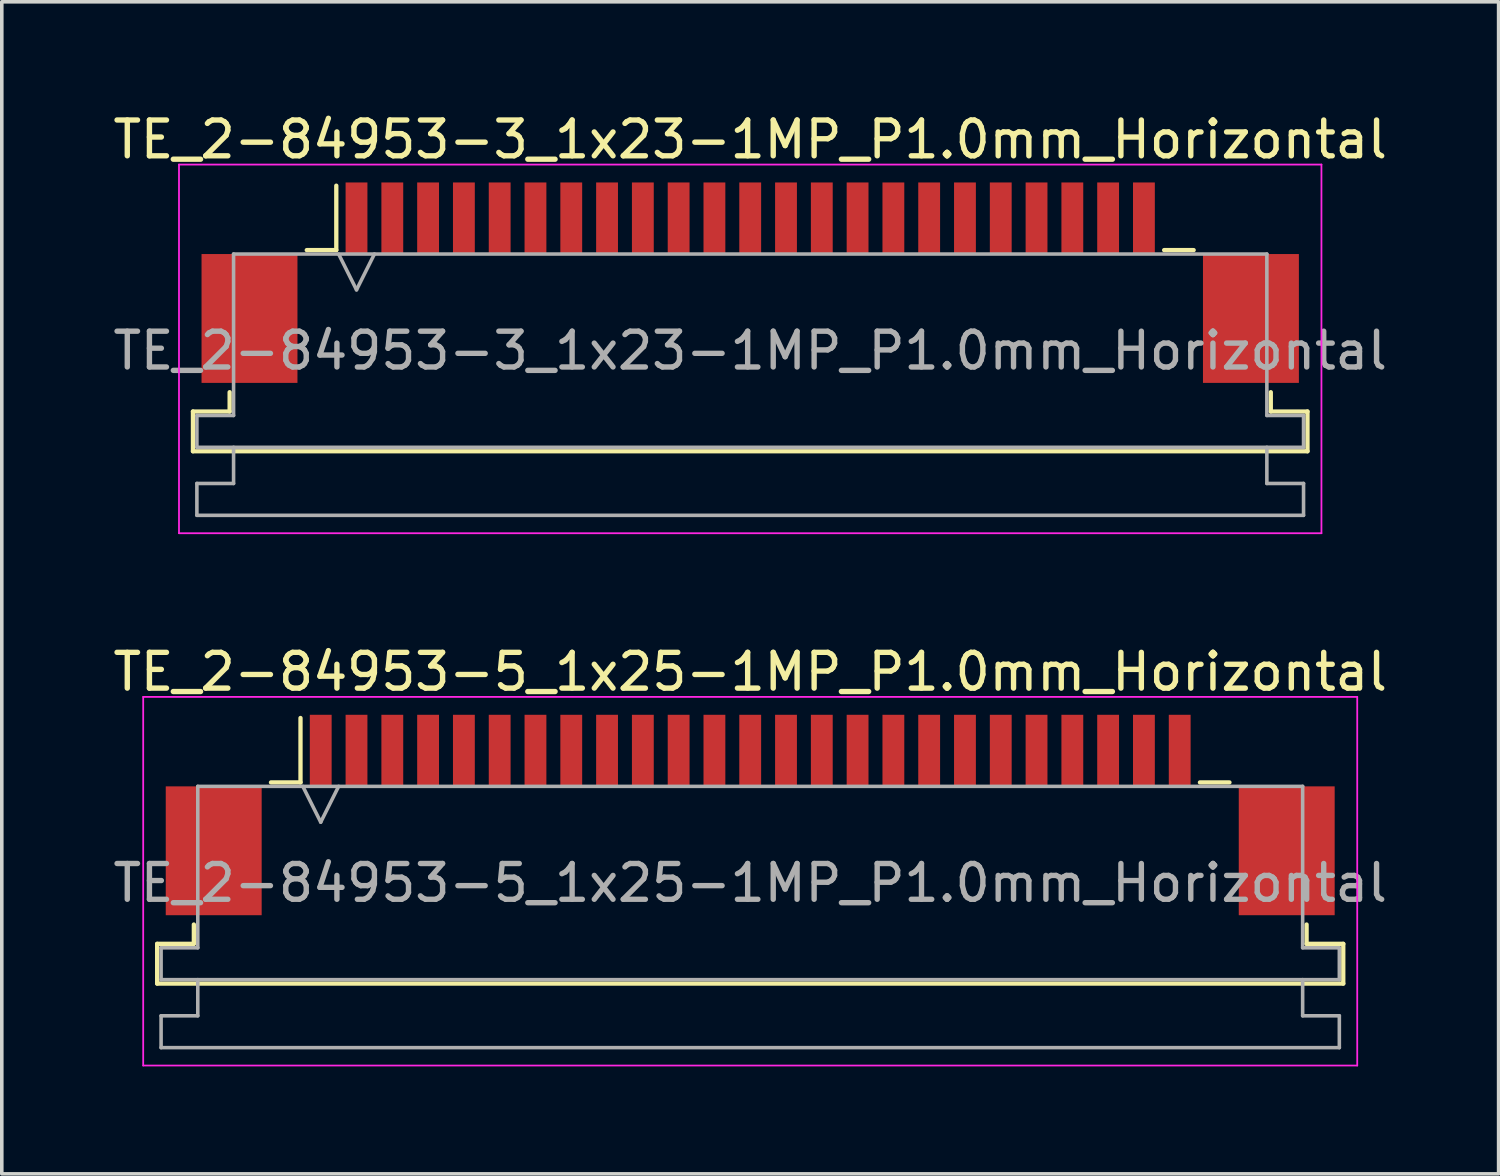
<source format=kicad_pcb>
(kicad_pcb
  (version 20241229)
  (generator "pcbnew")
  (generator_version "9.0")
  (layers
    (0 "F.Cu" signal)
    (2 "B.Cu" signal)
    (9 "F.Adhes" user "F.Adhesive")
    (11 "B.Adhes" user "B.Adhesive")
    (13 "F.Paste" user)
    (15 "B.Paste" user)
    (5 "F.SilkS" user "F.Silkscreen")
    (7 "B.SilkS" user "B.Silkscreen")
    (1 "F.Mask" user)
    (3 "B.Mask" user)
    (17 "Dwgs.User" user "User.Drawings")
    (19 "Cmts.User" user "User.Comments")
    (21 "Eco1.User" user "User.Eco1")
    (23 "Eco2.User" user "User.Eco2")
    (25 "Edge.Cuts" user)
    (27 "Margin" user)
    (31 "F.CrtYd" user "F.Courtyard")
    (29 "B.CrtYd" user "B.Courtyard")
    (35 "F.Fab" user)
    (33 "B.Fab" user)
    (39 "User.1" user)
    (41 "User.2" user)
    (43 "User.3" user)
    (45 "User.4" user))
  (footprint "TE_2-84953-5_1x25-1MP_P1.0mm_Horizontal"
    (layer "F.Cu")
    (at 17.911 19.721)
    (property "Reference" "TE_2-84953-5_1x25-1MP_P1.0mm_Horizontal" (at 0 -4 0) (layer "F.SilkS") (effects (font (size 1 1) (thickness 0.15))))
    (attr smd)
    (fp_line (start -16.57 3.6) (end -15.545 3.6) (stroke (width 0.12) (type solid)) (layer "F.SilkS"))
    (fp_line (start -16.57 4.71) (end -16.57 3.6) (stroke (width 0.12) (type solid)) (layer "F.SilkS"))
    (fp_line (start -15.545 3.6) (end -15.545 3.06) (stroke (width 0.12) (type solid)) (layer "F.SilkS"))
    (fp_line (start -13.39 -0.91) (end -12.565 -0.91) (stroke (width 0.12) (type solid)) (layer "F.SilkS"))
    (fp_line (start -12.565 -0.91) (end -12.565 -2.71) (stroke (width 0.12) (type solid)) (layer "F.SilkS"))
    (fp_line (start 12.565 -0.91) (end 13.39 -0.91) (stroke (width 0.12) (type solid)) (layer "F.SilkS"))
    (fp_line (start 15.545 3.06) (end 15.545 3.6) (stroke (width 0.12) (type solid)) (layer "F.SilkS"))
    (fp_line (start 15.545 3.6) (end 16.57 3.6) (stroke (width 0.12) (type solid)) (layer "F.SilkS"))
    (fp_line (start 16.57 3.6) (end 16.57 4.71) (stroke (width 0.12) (type solid)) (layer "F.SilkS"))
    (fp_line (start 16.57 4.71) (end -16.57 4.71) (stroke (width 0.12) (type solid)) (layer "F.SilkS"))
    (fp_line (start -16.96 -3.3) (end -16.96 7) (stroke (width 0.05) (type solid)) (layer "F.CrtYd"))
    (fp_line (start -16.96 7) (end 16.96 7) (stroke (width 0.05) (type solid)) (layer "F.CrtYd"))
    (fp_line (start 16.96 -3.3) (end -16.96 -3.3) (stroke (width 0.05) (type solid)) (layer "F.CrtYd"))
    (fp_line (start 16.96 7) (end 16.96 -3.3) (stroke (width 0.05) (type solid)) (layer "F.CrtYd"))
    (fp_line (start -16.46 3.71) (end -15.435 3.71) (stroke (width 0.1) (type solid)) (layer "F.Fab"))
    (fp_line (start -16.46 4.6) (end -16.46 3.71) (stroke (width 0.1) (type solid)) (layer "F.Fab"))
    (fp_line (start -16.46 5.61) (end -15.435 5.61) (stroke (width 0.1) (type solid)) (layer "F.Fab"))
    (fp_line (start -16.46 6.5) (end -16.46 5.61) (stroke (width 0.1) (type solid)) (layer "F.Fab"))
    (fp_line (start -15.435 -0.8) (end 15.435 -0.8) (stroke (width 0.1) (type solid)) (layer "F.Fab"))
    (fp_line (start -15.435 3.71) (end -15.435 -0.8) (stroke (width 0.1) (type solid)) (layer "F.Fab"))
    (fp_line (start -15.435 5.61) (end -15.435 4.6) (stroke (width 0.1) (type solid)) (layer "F.Fab"))
    (fp_line (start -12.5 -0.8) (end -12 0.2) (stroke (width 0.1) (type solid)) (layer "F.Fab"))
    (fp_line (start -12 0.2) (end -11.5 -0.8) (stroke (width 0.1) (type solid)) (layer "F.Fab"))
    (fp_line (start 15.435 -0.8) (end 15.435 3.71) (stroke (width 0.1) (type solid)) (layer "F.Fab"))
    (fp_line (start 15.435 3.71) (end 16.46 3.71) (stroke (width 0.1) (type solid)) (layer "F.Fab"))
    (fp_line (start 15.435 4.6) (end 15.435 5.61) (stroke (width 0.1) (type solid)) (layer "F.Fab"))
    (fp_line (start 15.435 5.61) (end 16.46 5.61) (stroke (width 0.1) (type solid)) (layer "F.Fab"))
    (fp_line (start 16.46 3.71) (end 16.46 4.6) (stroke (width 0.1) (type solid)) (layer "F.Fab"))
    (fp_line (start 16.46 4.6) (end -16.46 4.6) (stroke (width 0.1) (type solid)) (layer "F.Fab"))
    (fp_line (start 16.46 5.61) (end 16.46 6.5) (stroke (width 0.1) (type solid)) (layer "F.Fab"))
    (fp_line (start 16.46 6.5) (end -16.46 6.5) (stroke (width 0.1) (type solid)) (layer "F.Fab"))
    (fp_text user "${REFERENCE}" (at 0 1.9 0) (layer "F.Fab") (effects (font (size 1 1) (thickness 0.15))))
    (pad "1" smd rect (at -12 -1.8) (size 0.61 2) (layers "F.Cu" "F.Mask" "F.Paste"))
    (pad "2" smd rect (at -11 -1.8) (size 0.61 2) (layers "F.Cu" "F.Mask" "F.Paste"))
    (pad "3" smd rect (at -10 -1.8) (size 0.61 2) (layers "F.Cu" "F.Mask" "F.Paste"))
    (pad "4" smd rect (at -9 -1.8) (size 0.61 2) (layers "F.Cu" "F.Mask" "F.Paste"))
    (pad "5" smd rect (at -8 -1.8) (size 0.61 2) (layers "F.Cu" "F.Mask" "F.Paste"))
    (pad "6" smd rect (at -7 -1.8) (size 0.61 2) (layers "F.Cu" "F.Mask" "F.Paste"))
    (pad "7" smd rect (at -6 -1.8) (size 0.61 2) (layers "F.Cu" "F.Mask" "F.Paste"))
    (pad "8" smd rect (at -5 -1.8) (size 0.61 2) (layers "F.Cu" "F.Mask" "F.Paste"))
    (pad "9" smd rect (at -4 -1.8) (size 0.61 2) (layers "F.Cu" "F.Mask" "F.Paste"))
    (pad "10" smd rect (at -3 -1.8) (size 0.61 2) (layers "F.Cu" "F.Mask" "F.Paste"))
    (pad "11" smd rect (at -2 -1.8) (size 0.61 2) (layers "F.Cu" "F.Mask" "F.Paste"))
    (pad "12" smd rect (at -1 -1.8) (size 0.61 2) (layers "F.Cu" "F.Mask" "F.Paste"))
    (pad "13" smd rect (at 0 -1.8) (size 0.61 2) (layers "F.Cu" "F.Mask" "F.Paste"))
    (pad "14" smd rect (at 1 -1.8) (size 0.61 2) (layers "F.Cu" "F.Mask" "F.Paste"))
    (pad "15" smd rect (at 2 -1.8) (size 0.61 2) (layers "F.Cu" "F.Mask" "F.Paste"))
    (pad "16" smd rect (at 3 -1.8) (size 0.61 2) (layers "F.Cu" "F.Mask" "F.Paste"))
    (pad "17" smd rect (at 4 -1.8) (size 0.61 2) (layers "F.Cu" "F.Mask" "F.Paste"))
    (pad "18" smd rect (at 5 -1.8) (size 0.61 2) (layers "F.Cu" "F.Mask" "F.Paste"))
    (pad "19" smd rect (at 6 -1.8) (size 0.61 2) (layers "F.Cu" "F.Mask" "F.Paste"))
    (pad "20" smd rect (at 7 -1.8) (size 0.61 2) (layers "F.Cu" "F.Mask" "F.Paste"))
    (pad "21" smd rect (at 8 -1.8) (size 0.61 2) (layers "F.Cu" "F.Mask" "F.Paste"))
    (pad "22" smd rect (at 9 -1.8) (size 0.61 2) (layers "F.Cu" "F.Mask" "F.Paste"))
    (pad "23" smd rect (at 10 -1.8) (size 0.61 2) (layers "F.Cu" "F.Mask" "F.Paste"))
    (pad "24" smd rect (at 11 -1.8) (size 0.61 2) (layers "F.Cu" "F.Mask" "F.Paste"))
    (pad "25" smd rect (at 12 -1.8) (size 0.61 2) (layers "F.Cu" "F.Mask" "F.Paste"))
    (pad "MP" smd rect (at -14.99 1) (size 2.68 3.6) (layers "F.Cu" "F.Mask" "F.Paste"))
    (pad "MP" smd rect (at 14.99 1) (size 2.68 3.6) (layers "F.Cu" "F.Mask" "F.Paste")))
  (footprint "TE_2-84953-3_1x23-1MP_P1.0mm_Horizontal"
    (layer "F.Cu")
    (at 17.911 4.848)
    (property "Reference" "TE_2-84953-3_1x23-1MP_P1.0mm_Horizontal" (at 0 -4 0) (layer "F.SilkS") (effects (font (size 1 1) (thickness 0.15))))
    (attr smd)
    (fp_line (start -15.57 3.6) (end -14.545 3.6) (stroke (width 0.12) (type solid)) (layer "F.SilkS"))
    (fp_line (start -15.57 4.71) (end -15.57 3.6) (stroke (width 0.12) (type solid)) (layer "F.SilkS"))
    (fp_line (start -14.545 3.6) (end -14.545 3.06) (stroke (width 0.12) (type solid)) (layer "F.SilkS"))
    (fp_line (start -12.39 -0.91) (end -11.565 -0.91) (stroke (width 0.12) (type solid)) (layer "F.SilkS"))
    (fp_line (start -11.565 -0.91) (end -11.565 -2.71) (stroke (width 0.12) (type solid)) (layer "F.SilkS"))
    (fp_line (start 11.565 -0.91) (end 12.39 -0.91) (stroke (width 0.12) (type solid)) (layer "F.SilkS"))
    (fp_line (start 14.545 3.06) (end 14.545 3.6) (stroke (width 0.12) (type solid)) (layer "F.SilkS"))
    (fp_line (start 14.545 3.6) (end 15.57 3.6) (stroke (width 0.12) (type solid)) (layer "F.SilkS"))
    (fp_line (start 15.57 3.6) (end 15.57 4.71) (stroke (width 0.12) (type solid)) (layer "F.SilkS"))
    (fp_line (start 15.57 4.71) (end -15.57 4.71) (stroke (width 0.12) (type solid)) (layer "F.SilkS"))
    (fp_line (start -15.96 -3.3) (end -15.96 7) (stroke (width 0.05) (type solid)) (layer "F.CrtYd"))
    (fp_line (start -15.96 7) (end 15.96 7) (stroke (width 0.05) (type solid)) (layer "F.CrtYd"))
    (fp_line (start 15.96 -3.3) (end -15.96 -3.3) (stroke (width 0.05) (type solid)) (layer "F.CrtYd"))
    (fp_line (start 15.96 7) (end 15.96 -3.3) (stroke (width 0.05) (type solid)) (layer "F.CrtYd"))
    (fp_line (start -15.46 3.71) (end -14.435 3.71) (stroke (width 0.1) (type solid)) (layer "F.Fab"))
    (fp_line (start -15.46 4.6) (end -15.46 3.71) (stroke (width 0.1) (type solid)) (layer "F.Fab"))
    (fp_line (start -15.46 5.61) (end -14.435 5.61) (stroke (width 0.1) (type solid)) (layer "F.Fab"))
    (fp_line (start -15.46 6.5) (end -15.46 5.61) (stroke (width 0.1) (type solid)) (layer "F.Fab"))
    (fp_line (start -14.435 -0.8) (end 14.435 -0.8) (stroke (width 0.1) (type solid)) (layer "F.Fab"))
    (fp_line (start -14.435 3.71) (end -14.435 -0.8) (stroke (width 0.1) (type solid)) (layer "F.Fab"))
    (fp_line (start -14.435 5.61) (end -14.435 4.6) (stroke (width 0.1) (type solid)) (layer "F.Fab"))
    (fp_line (start -11.5 -0.8) (end -11 0.2) (stroke (width 0.1) (type solid)) (layer "F.Fab"))
    (fp_line (start -11 0.2) (end -10.5 -0.8) (stroke (width 0.1) (type solid)) (layer "F.Fab"))
    (fp_line (start 14.435 -0.8) (end 14.435 3.71) (stroke (width 0.1) (type solid)) (layer "F.Fab"))
    (fp_line (start 14.435 3.71) (end 15.46 3.71) (stroke (width 0.1) (type solid)) (layer "F.Fab"))
    (fp_line (start 14.435 4.6) (end 14.435 5.61) (stroke (width 0.1) (type solid)) (layer "F.Fab"))
    (fp_line (start 14.435 5.61) (end 15.46 5.61) (stroke (width 0.1) (type solid)) (layer "F.Fab"))
    (fp_line (start 15.46 3.71) (end 15.46 4.6) (stroke (width 0.1) (type solid)) (layer "F.Fab"))
    (fp_line (start 15.46 4.6) (end -15.46 4.6) (stroke (width 0.1) (type solid)) (layer "F.Fab"))
    (fp_line (start 15.46 5.61) (end 15.46 6.5) (stroke (width 0.1) (type solid)) (layer "F.Fab"))
    (fp_line (start 15.46 6.5) (end -15.46 6.5) (stroke (width 0.1) (type solid)) (layer "F.Fab"))
    (fp_text user "${REFERENCE}" (at 0 1.9 0) (layer "F.Fab") (effects (font (size 1 1) (thickness 0.15))))
    (pad "1" smd rect (at -11 -1.8) (size 0.61 2) (layers "F.Cu" "F.Mask" "F.Paste"))
    (pad "2" smd rect (at -10 -1.8) (size 0.61 2) (layers "F.Cu" "F.Mask" "F.Paste"))
    (pad "3" smd rect (at -9 -1.8) (size 0.61 2) (layers "F.Cu" "F.Mask" "F.Paste"))
    (pad "4" smd rect (at -8 -1.8) (size 0.61 2) (layers "F.Cu" "F.Mask" "F.Paste"))
    (pad "5" smd rect (at -7 -1.8) (size 0.61 2) (layers "F.Cu" "F.Mask" "F.Paste"))
    (pad "6" smd rect (at -6 -1.8) (size 0.61 2) (layers "F.Cu" "F.Mask" "F.Paste"))
    (pad "7" smd rect (at -5 -1.8) (size 0.61 2) (layers "F.Cu" "F.Mask" "F.Paste"))
    (pad "8" smd rect (at -4 -1.8) (size 0.61 2) (layers "F.Cu" "F.Mask" "F.Paste"))
    (pad "9" smd rect (at -3 -1.8) (size 0.61 2) (layers "F.Cu" "F.Mask" "F.Paste"))
    (pad "10" smd rect (at -2 -1.8) (size 0.61 2) (layers "F.Cu" "F.Mask" "F.Paste"))
    (pad "11" smd rect (at -1 -1.8) (size 0.61 2) (layers "F.Cu" "F.Mask" "F.Paste"))
    (pad "12" smd rect (at 0 -1.8) (size 0.61 2) (layers "F.Cu" "F.Mask" "F.Paste"))
    (pad "13" smd rect (at 1 -1.8) (size 0.61 2) (layers "F.Cu" "F.Mask" "F.Paste"))
    (pad "14" smd rect (at 2 -1.8) (size 0.61 2) (layers "F.Cu" "F.Mask" "F.Paste"))
    (pad "15" smd rect (at 3 -1.8) (size 0.61 2) (layers "F.Cu" "F.Mask" "F.Paste"))
    (pad "16" smd rect (at 4 -1.8) (size 0.61 2) (layers "F.Cu" "F.Mask" "F.Paste"))
    (pad "17" smd rect (at 5 -1.8) (size 0.61 2) (layers "F.Cu" "F.Mask" "F.Paste"))
    (pad "18" smd rect (at 6 -1.8) (size 0.61 2) (layers "F.Cu" "F.Mask" "F.Paste"))
    (pad "19" smd rect (at 7 -1.8) (size 0.61 2) (layers "F.Cu" "F.Mask" "F.Paste"))
    (pad "20" smd rect (at 8 -1.8) (size 0.61 2) (layers "F.Cu" "F.Mask" "F.Paste"))
    (pad "21" smd rect (at 9 -1.8) (size 0.61 2) (layers "F.Cu" "F.Mask" "F.Paste"))
    (pad "22" smd rect (at 10 -1.8) (size 0.61 2) (layers "F.Cu" "F.Mask" "F.Paste"))
    (pad "23" smd rect (at 11 -1.8) (size 0.61 2) (layers "F.Cu" "F.Mask" "F.Paste"))
    (pad "MP" smd rect (at -13.99 1) (size 2.68 3.6) (layers "F.Cu" "F.Mask" "F.Paste"))
    (pad "MP" smd rect (at 13.99 1) (size 2.68 3.6) (layers "F.Cu" "F.Mask" "F.Paste")))
  (gr_rect
    (start -3 -3)
    (end 38.821 29.747)
    (stroke (width 0.1) (type default))
    (fill no)
    (layer "Edge.Cuts")))
</source>
